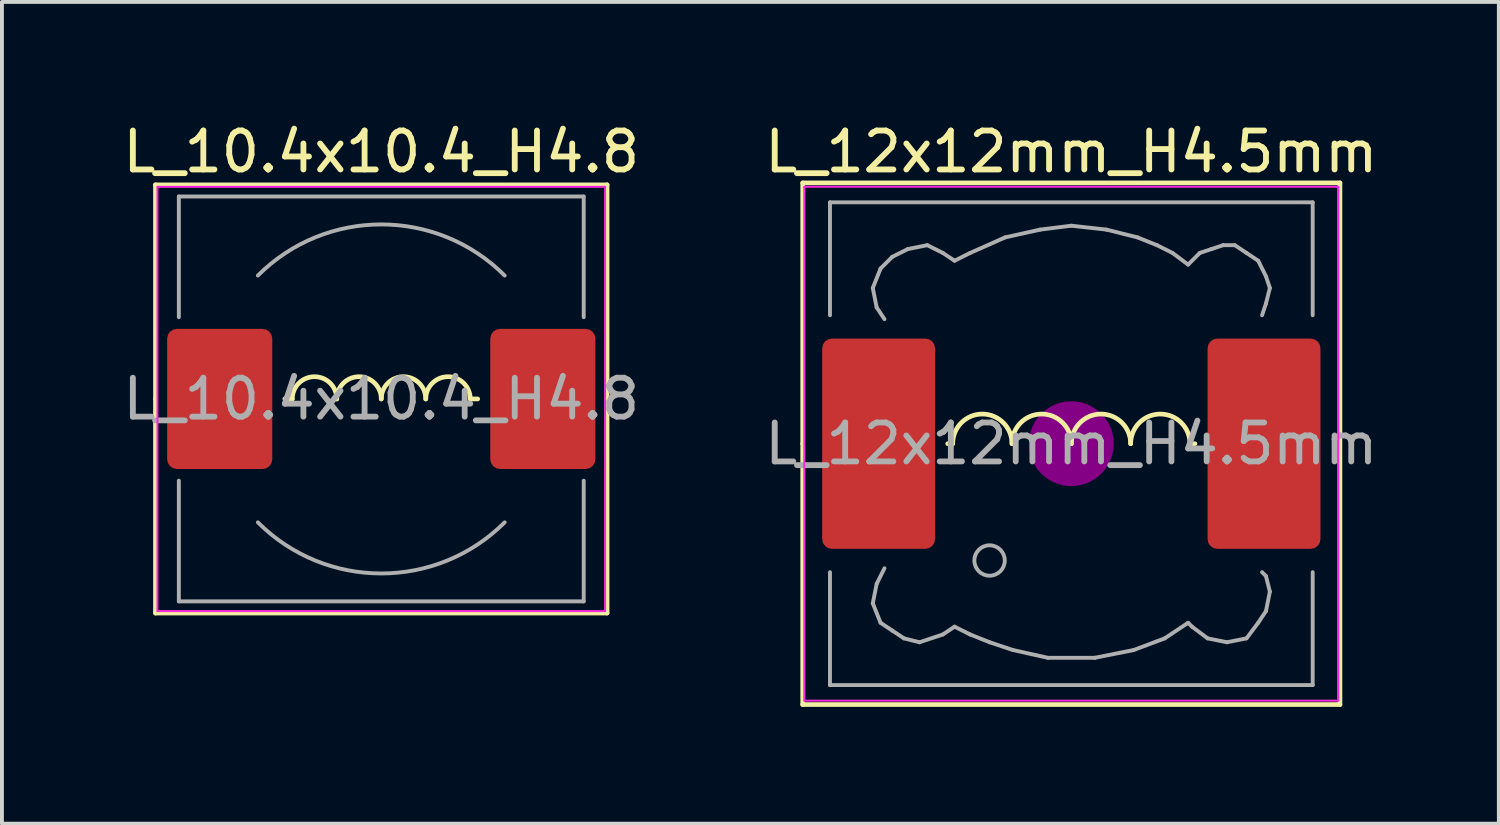
<source format=kicad_pcb>
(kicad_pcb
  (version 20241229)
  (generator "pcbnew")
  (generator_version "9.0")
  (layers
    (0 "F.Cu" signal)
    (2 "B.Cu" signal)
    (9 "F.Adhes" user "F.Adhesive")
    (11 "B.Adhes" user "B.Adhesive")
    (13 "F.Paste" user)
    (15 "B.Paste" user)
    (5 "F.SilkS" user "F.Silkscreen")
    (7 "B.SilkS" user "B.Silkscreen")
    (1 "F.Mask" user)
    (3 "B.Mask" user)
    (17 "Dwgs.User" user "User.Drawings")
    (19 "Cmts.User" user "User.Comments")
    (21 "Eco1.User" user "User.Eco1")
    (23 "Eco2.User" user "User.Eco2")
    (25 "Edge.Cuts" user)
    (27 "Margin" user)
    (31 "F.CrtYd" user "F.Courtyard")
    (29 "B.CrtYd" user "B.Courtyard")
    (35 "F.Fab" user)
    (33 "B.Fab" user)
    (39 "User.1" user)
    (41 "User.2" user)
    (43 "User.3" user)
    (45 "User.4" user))
  (footprint "L_10.4x10.4_H4.8"
    (layer "F.Cu")
    (at 6.744 7.198)
    (property "Reference" "L_10.4x10.4_H4.8" (at 0 -6.35 0) (layer "F.SilkS") (effects (font (size 1 1) (thickness 0.15))))
    (attr smd)
    (fp_line (start -5.8 -5.5) (end 5.8 -5.5) (stroke (width 0.12) (type solid)) (layer "F.SilkS"))
    (fp_line (start -5.8 0) (end -5.8 -5.5) (stroke (width 0.12) (type solid)) (layer "F.SilkS"))
    (fp_line (start -5.8 5.5) (end -5.8 0) (stroke (width 0.12) (type solid)) (layer "F.SilkS"))
    (fp_line (start -2.286 0) (end -2.477 0) (stroke (width 0.12) (type solid)) (layer "F.SilkS"))
    (fp_line (start 2.477 0) (end 2.286 0) (stroke (width 0.12) (type solid)) (layer "F.SilkS"))
    (fp_line (start 5.8 -5.5) (end 5.8 5.5) (stroke (width 0.12) (type solid)) (layer "F.SilkS"))
    (fp_line (start 5.8 5.5) (end -5.8 5.5) (stroke (width 0.12) (type solid)) (layer "F.SilkS"))
    (fp_arc (start -2.286 0) (mid -1.7145 -0.5715) (end -1.143 0) (stroke (width 0.12) (type solid)) (layer "F.SilkS"))
    (fp_arc (start -1.143 0) (mid -0.5715 -0.5715) (end 0 0) (stroke (width 0.12) (type solid)) (layer "F.SilkS"))
    (fp_arc (start 0 0) (mid 0.5715 -0.5715) (end 1.143 0) (stroke (width 0.12) (type solid)) (layer "F.SilkS"))
    (fp_arc (start 1.143 0) (mid 1.7145 -0.5715) (end 2.286 0) (stroke (width 0.12) (type solid)) (layer "F.SilkS"))
    (fp_line (start -5.75 -5.45) (end -5.75 5.45) (stroke (width 0.05) (type solid)) (layer "F.CrtYd"))
    (fp_line (start -5.75 5.45) (end 5.75 5.45) (stroke (width 0.05) (type solid)) (layer "F.CrtYd"))
    (fp_line (start 5.75 -5.45) (end -5.75 -5.45) (stroke (width 0.05) (type solid)) (layer "F.CrtYd"))
    (fp_line (start 5.75 5.45) (end 5.75 -5.45) (stroke (width 0.05) (type solid)) (layer "F.CrtYd"))
    (fp_line (start -5.2 -5.2) (end -5.2 -2.1) (stroke (width 0.1) (type solid)) (layer "F.Fab"))
    (fp_line (start -5.2 -5.2) (end 5.2 -5.2) (stroke (width 0.1) (type solid)) (layer "F.Fab"))
    (fp_line (start -5.2 5.2) (end -5.2 2.1) (stroke (width 0.1) (type solid)) (layer "F.Fab"))
    (fp_line (start -5.2 5.2) (end 5.2 5.2) (stroke (width 0.1) (type solid)) (layer "F.Fab"))
    (fp_line (start 5.2 -5.2) (end 5.2 -2.1) (stroke (width 0.1) (type solid)) (layer "F.Fab"))
    (fp_line (start 5.2 5.2) (end 5.2 2.1) (stroke (width 0.1) (type solid)) (layer "F.Fab"))
    (fp_arc (start -3.17 -3.17) (mid 0 -4.483057) (end 3.17 -3.17) (stroke (width 0.1) (type solid)) (layer "F.Fab"))
    (fp_arc (start 3.17 3.17) (mid 0 4.483057) (end -3.17 3.17) (stroke (width 0.1) (type solid)) (layer "F.Fab"))
    (fp_text user "${REFERENCE}" (at 0 0 0) (layer "F.Fab") (effects (font (size 1 1) (thickness 0.15))))
    (pad "1" smd roundrect (at -4.15 0) (size 2.7 3.6) (layers "F.Cu" "F.Mask" "F.Paste") (roundrect_rratio 0.093))
    (pad "2" smd roundrect (at 4.15 0) (size 2.7 3.6) (layers "F.Cu" "F.Mask" "F.Paste") (roundrect_rratio 0.093)))
  (footprint "L_12x12mm_H4.5mm"
    (layer "F.Cu")
    (at 24.47 8.348)
    (property "Reference" "L_12x12mm_H4.5mm" (at 0 -7.5 0) (layer "F.SilkS") (effects (font (size 1 1) (thickness 0.15))))
    (attr smd)
    (fp_line (start -6.9 -6.7) (end 6.9 -6.7) (stroke (width 0.12) (type solid)) (layer "F.SilkS"))
    (fp_line (start -6.9 0) (end -6.9 -6.7) (stroke (width 0.12) (type solid)) (layer "F.SilkS"))
    (fp_line (start -6.9 6.7) (end -6.9 0) (stroke (width 0.12) (type solid)) (layer "F.SilkS"))
    (fp_line (start -3.048 0) (end -3.175 0) (stroke (width 0.12) (type solid)) (layer "F.SilkS"))
    (fp_line (start 3.175 0) (end 3.048 0) (stroke (width 0.12) (type solid)) (layer "F.SilkS"))
    (fp_line (start 6.9 -6.7) (end 6.9 6.7) (stroke (width 0.12) (type solid)) (layer "F.SilkS"))
    (fp_line (start 6.9 6.7) (end -6.9 6.7) (stroke (width 0.12) (type solid)) (layer "F.SilkS"))
    (fp_arc (start -3.048 0) (mid -2.286 -0.762) (end -1.524 0) (stroke (width 0.12) (type solid)) (layer "F.SilkS"))
    (fp_arc (start -1.524 0) (mid -0.762 -0.762) (end 0 0) (stroke (width 0.12) (type solid)) (layer "F.SilkS"))
    (fp_arc (start 0 0) (mid 0.762 -0.762) (end 1.524 0) (stroke (width 0.12) (type solid)) (layer "F.SilkS"))
    (fp_arc (start 1.524 0) (mid 2.286 -0.762) (end 3.048 0) (stroke (width 0.12) (type solid)) (layer "F.SilkS"))
    (fp_circle (center 0 0) (end 0.15 0.15) (stroke (width 0.38) (type solid)) (fill no) (layer "F.Adhes"))
    (fp_circle (center 0 0) (end 0.55 0) (stroke (width 0.38) (type solid)) (fill no) (layer "F.Adhes"))
    (fp_circle (center 0 0) (end 0.9 0) (stroke (width 0.38) (type solid)) (fill no) (layer "F.Adhes"))
    (fp_line (start -6.86 -6.6) (end 6.86 -6.6) (stroke (width 0.05) (type solid)) (layer "F.CrtYd"))
    (fp_line (start -6.86 6.6) (end -6.86 -6.6) (stroke (width 0.05) (type solid)) (layer "F.CrtYd"))
    (fp_line (start 6.86 -6.6) (end 6.86 6.6) (stroke (width 0.05) (type solid)) (layer "F.CrtYd"))
    (fp_line (start 6.86 6.6) (end -6.86 6.6) (stroke (width 0.05) (type solid)) (layer "F.CrtYd"))
    (fp_line (start -6.2 -6.2) (end -6.2 -3.3) (stroke (width 0.1) (type solid)) (layer "F.Fab"))
    (fp_line (start -6.2 3.3) (end -6.2 6.2) (stroke (width 0.1) (type solid)) (layer "F.Fab"))
    (fp_line (start -6.2 6.2) (end 6.2 6.2) (stroke (width 0.1) (type solid)) (layer "F.Fab"))
    (fp_line (start -5.1 -4) (end -5 -3.5) (stroke (width 0.1) (type solid)) (layer "F.Fab"))
    (fp_line (start -5.1 4.1) (end -5 3.6) (stroke (width 0.1) (type solid)) (layer "F.Fab"))
    (fp_line (start -5 -3.5) (end -4.8 -3.2) (stroke (width 0.1) (type solid)) (layer "F.Fab"))
    (fp_line (start -5 3.6) (end -4.8 3.2) (stroke (width 0.1) (type solid)) (layer "F.Fab"))
    (fp_line (start -4.9 -4.5) (end -5.1 -4) (stroke (width 0.1) (type solid)) (layer "F.Fab"))
    (fp_line (start -4.9 4.6) (end -5.1 4.1) (stroke (width 0.1) (type solid)) (layer "F.Fab"))
    (fp_line (start -4.6 -4.8) (end -4.9 -4.5) (stroke (width 0.1) (type solid)) (layer "F.Fab"))
    (fp_line (start -4.6 4.8) (end -4.9 4.6) (stroke (width 0.1) (type solid)) (layer "F.Fab"))
    (fp_line (start -4.3 5) (end -4.6 4.8) (stroke (width 0.1) (type solid)) (layer "F.Fab"))
    (fp_line (start -4.2 -5) (end -4.6 -4.8) (stroke (width 0.1) (type solid)) (layer "F.Fab"))
    (fp_line (start -3.9 5.1) (end -4.3 5) (stroke (width 0.1) (type solid)) (layer "F.Fab"))
    (fp_line (start -3.7 -5.1) (end -4.2 -5) (stroke (width 0.1) (type solid)) (layer "F.Fab"))
    (fp_line (start -3.3 -4.9) (end -3.7 -5.1) (stroke (width 0.1) (type solid)) (layer "F.Fab"))
    (fp_line (start -3.3 4.9) (end -3.9 5.1) (stroke (width 0.1) (type solid)) (layer "F.Fab"))
    (fp_line (start -3 -4.7) (end -3.3 -4.9) (stroke (width 0.1) (type solid)) (layer "F.Fab"))
    (fp_line (start -3 4.7) (end -3.3 4.9) (stroke (width 0.1) (type solid)) (layer "F.Fab"))
    (fp_line (start -2.6 -4.9) (end -3 -4.7) (stroke (width 0.1) (type solid)) (layer "F.Fab"))
    (fp_line (start -2.6 4.9) (end -3 4.7) (stroke (width 0.1) (type solid)) (layer "F.Fab"))
    (fp_line (start -2.1 5.1) (end -2.6 4.9) (stroke (width 0.1) (type solid)) (layer "F.Fab"))
    (fp_line (start -1.7 -5.3) (end -2.6 -4.9) (stroke (width 0.1) (type solid)) (layer "F.Fab"))
    (fp_line (start -1.5 5.3) (end -2.1 5.1) (stroke (width 0.1) (type solid)) (layer "F.Fab"))
    (fp_line (start -0.8 -5.5) (end -1.7 -5.3) (stroke (width 0.1) (type solid)) (layer "F.Fab"))
    (fp_line (start -0.6 5.5) (end -1.5 5.3) (stroke (width 0.1) (type solid)) (layer "F.Fab"))
    (fp_line (start 0 -5.6) (end -0.8 -5.5) (stroke (width 0.1) (type solid)) (layer "F.Fab"))
    (fp_line (start 0.6 5.5) (end -0.6 5.5) (stroke (width 0.1) (type solid)) (layer "F.Fab"))
    (fp_line (start 0.9 -5.5) (end 0 -5.6) (stroke (width 0.1) (type solid)) (layer "F.Fab"))
    (fp_line (start 1.6 5.3) (end 0.6 5.5) (stroke (width 0.1) (type solid)) (layer "F.Fab"))
    (fp_line (start 1.7 -5.3) (end 0.9 -5.5) (stroke (width 0.1) (type solid)) (layer "F.Fab"))
    (fp_line (start 2.2 -5.1) (end 1.7 -5.3) (stroke (width 0.1) (type solid)) (layer "F.Fab"))
    (fp_line (start 2.4 5) (end 1.6 5.3) (stroke (width 0.1) (type solid)) (layer "F.Fab"))
    (fp_line (start 2.6 -4.9) (end 2.2 -5.1) (stroke (width 0.1) (type solid)) (layer "F.Fab"))
    (fp_line (start 3 -4.6) (end 2.6 -4.9) (stroke (width 0.1) (type solid)) (layer "F.Fab"))
    (fp_line (start 3 4.6) (end 2.4 5) (stroke (width 0.1) (type solid)) (layer "F.Fab"))
    (fp_line (start 3.1 4.7) (end 3 4.6) (stroke (width 0.1) (type solid)) (layer "F.Fab"))
    (fp_line (start 3.3 -4.9) (end 3 -4.6) (stroke (width 0.1) (type solid)) (layer "F.Fab"))
    (fp_line (start 3.5 5) (end 3.1 4.7) (stroke (width 0.1) (type solid)) (layer "F.Fab"))
    (fp_line (start 3.6 -5) (end 3.3 -4.9) (stroke (width 0.1) (type solid)) (layer "F.Fab"))
    (fp_line (start 3.9 -5.1) (end 3.6 -5) (stroke (width 0.1) (type solid)) (layer "F.Fab"))
    (fp_line (start 4 5.1) (end 3.5 5) (stroke (width 0.1) (type solid)) (layer "F.Fab"))
    (fp_line (start 4.2 -5.1) (end 3.9 -5.1) (stroke (width 0.1) (type solid)) (layer "F.Fab"))
    (fp_line (start 4.5 -4.9) (end 4.2 -5.1) (stroke (width 0.1) (type solid)) (layer "F.Fab"))
    (fp_line (start 4.5 5) (end 4 5.1) (stroke (width 0.1) (type solid)) (layer "F.Fab"))
    (fp_line (start 4.8 -4.7) (end 4.5 -4.9) (stroke (width 0.1) (type solid)) (layer "F.Fab"))
    (fp_line (start 4.8 4.6) (end 4.5 5) (stroke (width 0.1) (type solid)) (layer "F.Fab"))
    (fp_line (start 4.9 -3.3) (end 5 -3.6) (stroke (width 0.1) (type solid)) (layer "F.Fab"))
    (fp_line (start 4.9 3.3) (end 5 3.4) (stroke (width 0.1) (type solid)) (layer "F.Fab"))
    (fp_line (start 5 -4.3) (end 4.8 -4.7) (stroke (width 0.1) (type solid)) (layer "F.Fab"))
    (fp_line (start 5 -3.6) (end 5.1 -4) (stroke (width 0.1) (type solid)) (layer "F.Fab"))
    (fp_line (start 5 3.4) (end 5.1 3.8) (stroke (width 0.1) (type solid)) (layer "F.Fab"))
    (fp_line (start 5 4.3) (end 4.8 4.6) (stroke (width 0.1) (type solid)) (layer "F.Fab"))
    (fp_line (start 5.1 -4) (end 5 -4.3) (stroke (width 0.1) (type solid)) (layer "F.Fab"))
    (fp_line (start 5.1 3.8) (end 5 4.3) (stroke (width 0.1) (type solid)) (layer "F.Fab"))
    (fp_line (start 6.2 -6.2) (end -6.2 -6.2) (stroke (width 0.1) (type solid)) (layer "F.Fab"))
    (fp_line (start 6.2 -6.2) (end 6.2 -3.3) (stroke (width 0.1) (type solid)) (layer "F.Fab"))
    (fp_line (start 6.2 6.2) (end 6.2 3.3) (stroke (width 0.1) (type solid)) (layer "F.Fab"))
    (fp_circle (center -2.1 3) (end -1.8 3.25) (stroke (width 0.1) (type solid)) (fill no) (layer "F.Fab"))
    (fp_text user "${REFERENCE}" (at 0 0 0) (layer "F.Fab") (effects (font (size 1 1) (thickness 0.15))))
    (pad "1" smd roundrect (at -4.95 0) (size 2.9 5.4) (layers "F.Cu" "F.Mask" "F.Paste") (roundrect_rratio 0.086))
    (pad "2" smd roundrect (at 4.95 0) (size 2.9 5.4) (layers "F.Cu" "F.Mask" "F.Paste") (roundrect_rratio 0.086)))
  (gr_rect
    (start -3 -3)
    (end 35.452 18.108)
    (stroke (width 0.1) (type default))
    (fill no)
    (layer "Edge.Cuts")))
</source>
